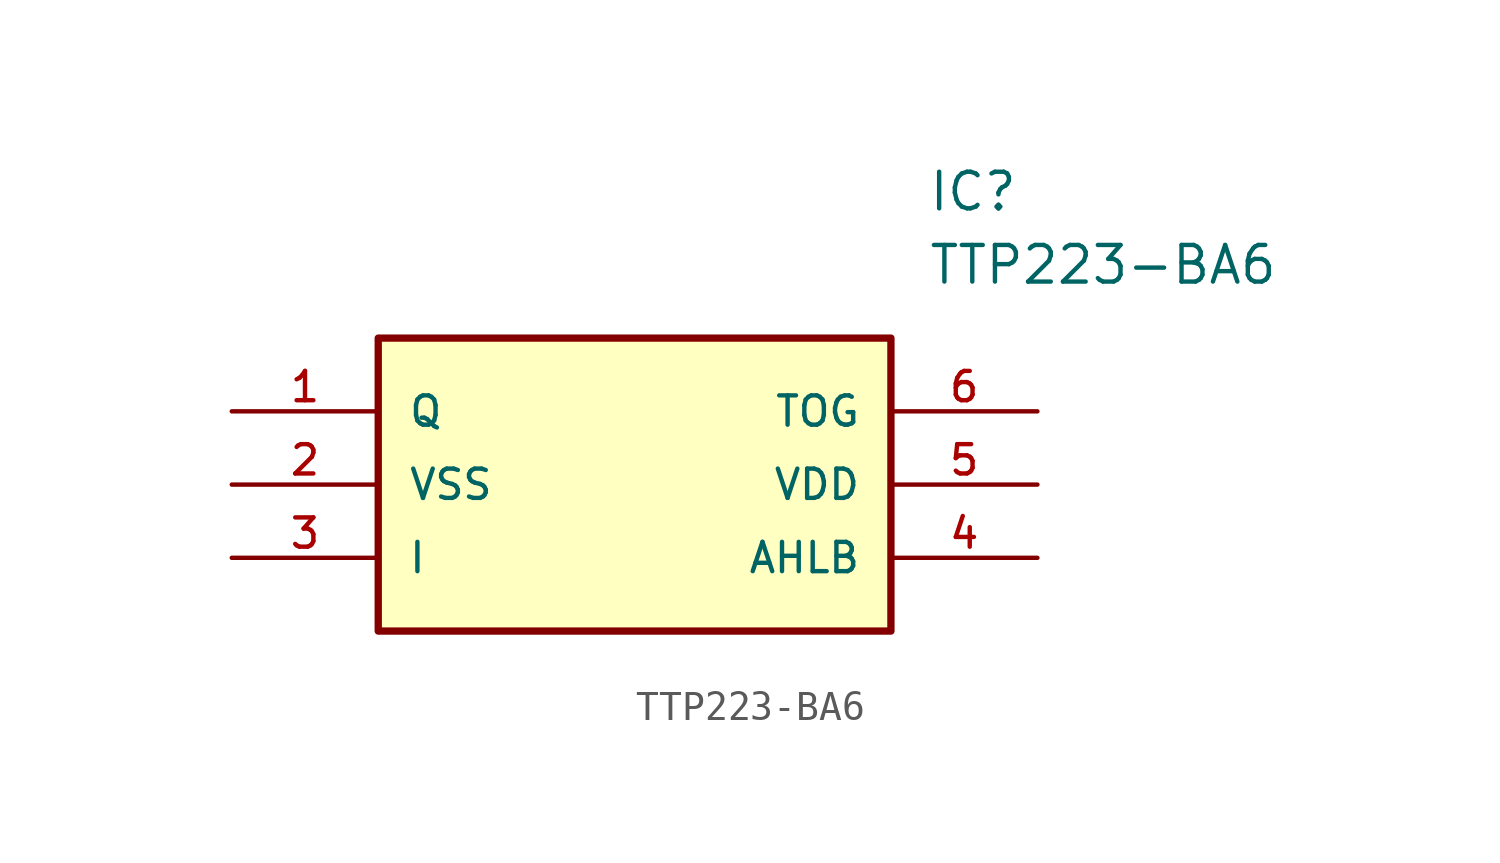
<source format=kicad_sym>
(kicad_symbol_lib
  (version 20211014)
  (generator kicad_symbol_editor)
  (symbol "TTP223-BA6"
    (pin_names
      (offset 1.016))
    (property "Reference" "IC"
      (at 24.13 7.62 0)
      (effects (font (size 1.27 1.27)) (justify left)))
    (property "Value" "TTP223-BA6"
      (at 24.13 5.08 0)
      (effects (font (size 1.27 1.27)) (justify left)))
    (symbol "TTP223-BA6_0_0"
      (rectangle (start 5.08 -7.62) (end 22.86 2.54) (stroke (width 0.254)) (fill (type background)))
      (pin bidirectional line (at 0.0 0.0 0) (length 5.08) (name "Q" (effects (font (size 1.016 1.016)))) (number "1" (effects (font (size 1.016 1.016)))))
      (pin bidirectional line (at 0.0 -2.54 0) (length 5.08) (name "VSS" (effects (font (size 1.016 1.016)))) (number "2" (effects (font (size 1.016 1.016)))))
      (pin bidirectional line (at 0.0 -5.08 0) (length 5.08) (name "I" (effects (font (size 1.016 1.016)))) (number "3" (effects (font (size 1.016 1.016)))))
      (pin bidirectional line (at 27.94 0.0 180.0) (length 5.08) (name "TOG" (effects (font (size 1.016 1.016)))) (number "6" (effects (font (size 1.016 1.016)))))
      (pin bidirectional line (at 27.94 -2.54 180.0) (length 5.08) (name "VDD" (effects (font (size 1.016 1.016)))) (number "5" (effects (font (size 1.016 1.016)))))
      (pin bidirectional line (at 27.94 -5.08 180.0) (length 5.08) (name "AHLB" (effects (font (size 1.016 1.016)))) (number "4" (effects (font (size 1.016 1.016))))))))
</source>
